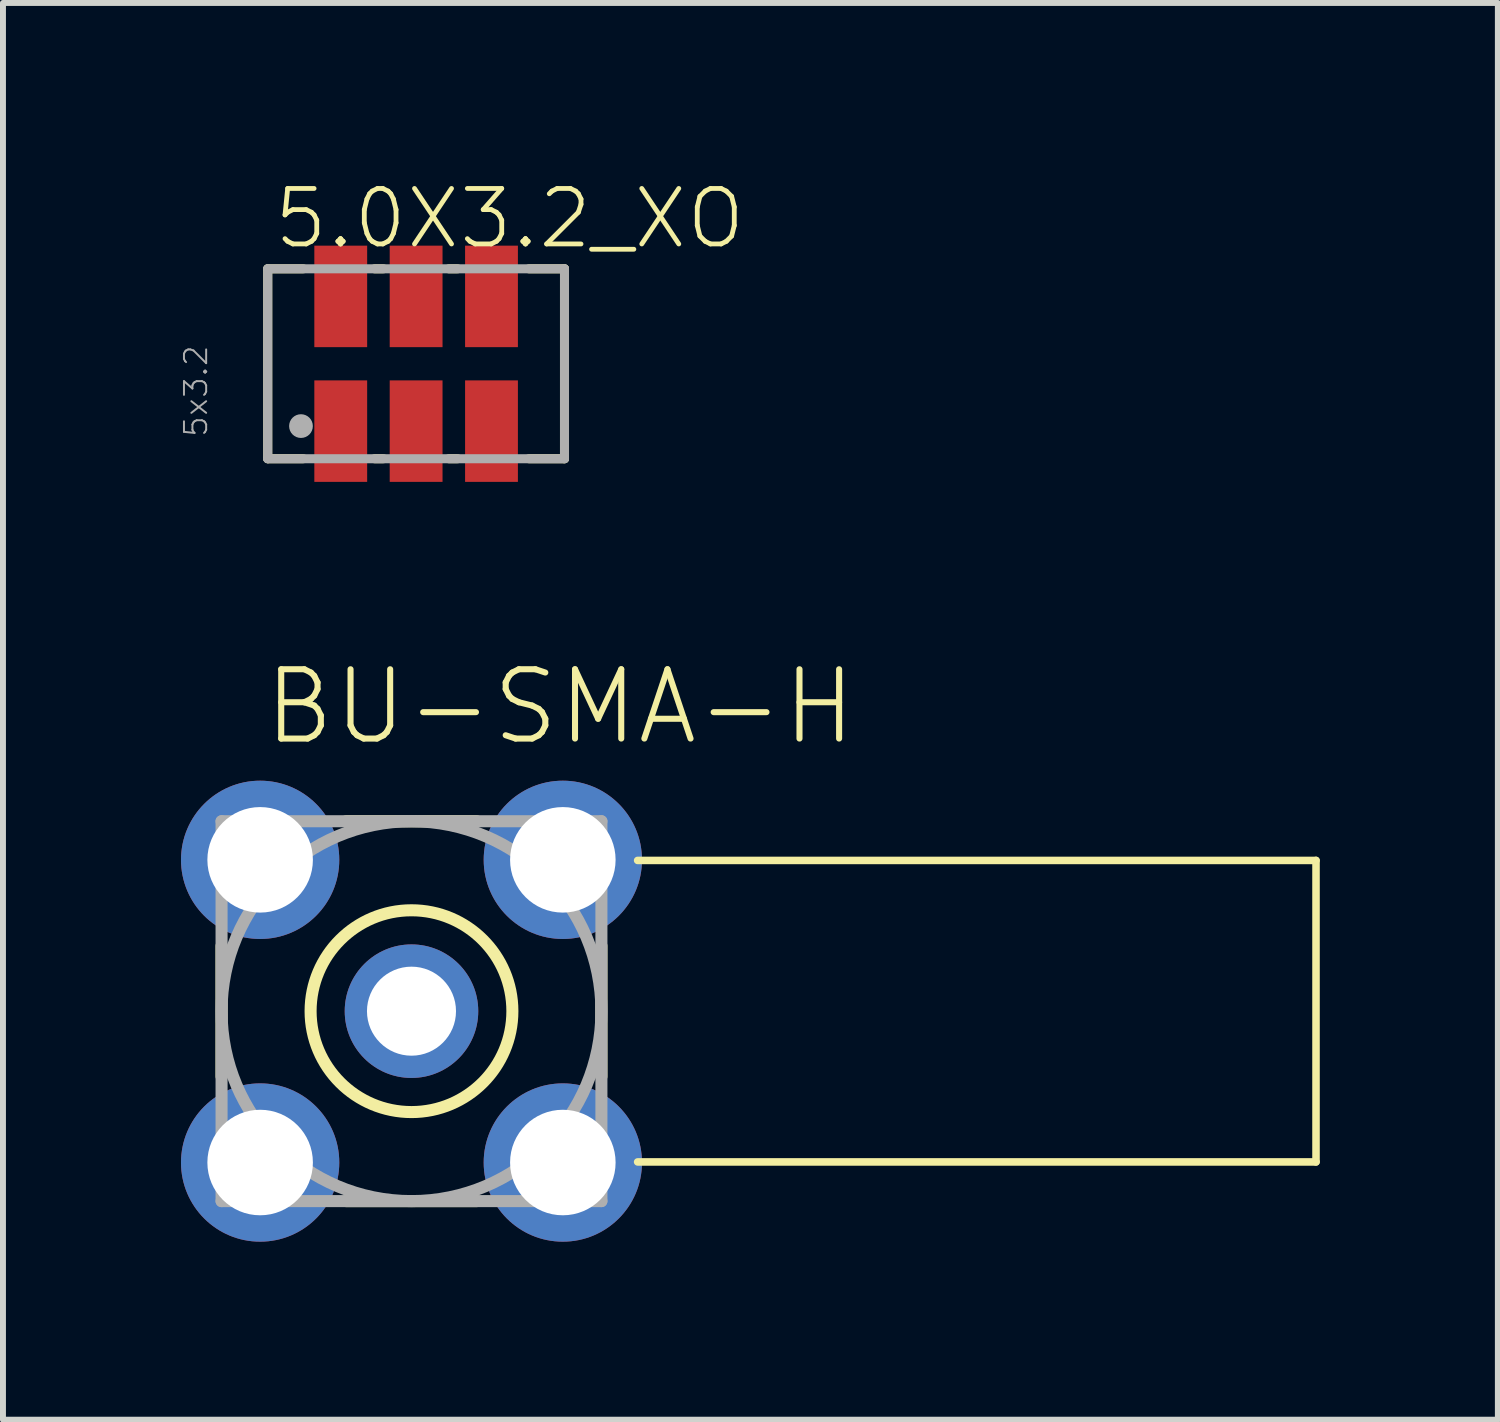
<source format=kicad_pcb>
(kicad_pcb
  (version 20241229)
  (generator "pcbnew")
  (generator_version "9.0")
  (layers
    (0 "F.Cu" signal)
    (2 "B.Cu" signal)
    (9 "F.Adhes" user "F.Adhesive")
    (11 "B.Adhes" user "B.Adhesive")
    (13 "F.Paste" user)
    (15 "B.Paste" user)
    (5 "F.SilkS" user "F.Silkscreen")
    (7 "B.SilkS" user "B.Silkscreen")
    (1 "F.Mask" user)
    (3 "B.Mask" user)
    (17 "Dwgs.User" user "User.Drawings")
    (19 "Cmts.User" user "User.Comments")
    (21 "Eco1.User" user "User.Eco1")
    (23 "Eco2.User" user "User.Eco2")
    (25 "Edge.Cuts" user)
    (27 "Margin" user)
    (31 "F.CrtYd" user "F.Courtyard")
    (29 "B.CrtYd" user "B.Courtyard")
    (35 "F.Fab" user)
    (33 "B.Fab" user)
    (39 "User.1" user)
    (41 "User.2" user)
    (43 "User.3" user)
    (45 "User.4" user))
  (footprint "BU-SMA-H"
    (layer "F.Cu")
    (at 3.883 13.987)
    (property "Reference" "BU-SMA-H" (at -2.54 -4.445 0) (unlocked yes) (layer "F.SilkS") (effects (font (size 1.168 1.168) (thickness 0.102)) (justify left bottom)))
    (fp_line (start -3.2 1.1) (end -3.2 -1.1) (stroke (width 0.203) (type solid)) (layer "F.SilkS"))
    (fp_line (start -1.1 -3.2) (end 1.1 -3.2) (stroke (width 0.203) (type solid)) (layer "F.SilkS"))
    (fp_line (start 1.1 3.2) (end -1.1 3.2) (stroke (width 0.203) (type solid)) (layer "F.SilkS"))
    (fp_line (start 3.2 -1.1) (end 3.2 1.1) (stroke (width 0.203) (type solid)) (layer "F.SilkS"))
    (fp_line (start 3.81 -2.54) (end 15.24 -2.54) (stroke (width 0.127) (type solid)) (layer "F.SilkS"))
    (fp_line (start 15.24 -2.54) (end 15.24 2.54) (stroke (width 0.127) (type solid)) (layer "F.SilkS"))
    (fp_line (start 15.24 2.54) (end 3.81 2.54) (stroke (width 0.127) (type solid)) (layer "F.SilkS"))
    (fp_circle (center 0 0) (end 1.7 0) (stroke (width 0.203) (type solid)) (fill no) (layer "F.SilkS"))
    (fp_line (start -3.2 3.2) (end -3.2 -3.2) (stroke (width 0.203) (type solid)) (layer "F.Fab"))
    (fp_line (start -3.2 -3.2) (end 3.2 -3.2) (stroke (width 0.203) (type solid)) (layer "F.Fab"))
    (fp_line (start 3.2 3.2) (end -3.2 3.2) (stroke (width 0.203) (type solid)) (layer "F.Fab"))
    (fp_line (start 3.2 -3.2) (end 3.2 3.2) (stroke (width 0.203) (type solid)) (layer "F.Fab"))
    (fp_circle (center 0 0) (end 3.2 0) (stroke (width 0.203) (type solid)) (fill no) (layer "F.Fab"))
    (pad "1" thru_hole circle (at 0 0) (size 2.25 2.25) (drill 1.5) (layers "*.Cu" "*.Mask"))
    (pad "2" thru_hole circle (at -2.55 -2.55) (size 2.667 2.667) (drill 1.778) (layers "*.Cu" "*.Mask"))
    (pad "3" thru_hole circle (at 2.55 -2.55) (size 2.667 2.667) (drill 1.778) (layers "*.Cu" "*.Mask"))
    (pad "4" thru_hole circle (at 2.55 2.55) (size 2.667 2.667) (drill 1.778) (layers "*.Cu" "*.Mask"))
    (pad "5" thru_hole circle (at -2.55 2.55) (size 2.667 2.667) (drill 1.778) (layers "*.Cu" "*.Mask")))
  (footprint "5.0X3.2_XO"
    (layer "F.Cu")
    (at 3.961 3.079)
    (property "Reference" "5.0X3.2_XO" (at -2.44 -1.9 0) (unlocked yes) (layer "F.SilkS") (effects (font (size 0.935 0.935) (thickness 0.081)) (justify left bottom)))
    (fp_line (start -2.5 -1.6) (end -2.5 1.6) (stroke (width 0.152) (type solid)) (layer "F.SilkS"))
    (fp_line (start -2.5 1.6) (end -1.9 1.6) (stroke (width 0.152) (type solid)) (layer "F.SilkS"))
    (fp_line (start -1.9 -1.6) (end -2.5 -1.6) (stroke (width 0.152) (type solid)) (layer "F.SilkS"))
    (fp_line (start -0.7 -1.6) (end -0.55 -1.6) (stroke (width 0.152) (type solid)) (layer "F.SilkS"))
    (fp_line (start -0.7 1.6) (end -0.55 1.6) (stroke (width 0.152) (type solid)) (layer "F.SilkS"))
    (fp_line (start 0.55 -1.6) (end 0.7 -1.6) (stroke (width 0.152) (type solid)) (layer "F.SilkS"))
    (fp_line (start 0.55 1.6) (end 0.7 1.6) (stroke (width 0.152) (type solid)) (layer "F.SilkS"))
    (fp_line (start 1.9 -1.6) (end 2.5 -1.6) (stroke (width 0.152) (type solid)) (layer "F.SilkS"))
    (fp_line (start 2.5 -1.6) (end 2.5 1.6) (stroke (width 0.152) (type solid)) (layer "F.SilkS"))
    (fp_line (start 2.5 1.6) (end 1.9 1.6) (stroke (width 0.152) (type solid)) (layer "F.SilkS"))
    (fp_line (start -2.5 -1.6) (end -2.5 1.6) (stroke (width 0.152) (type solid)) (layer "F.Fab"))
    (fp_line (start -2.5 1.6) (end 2.5 1.6) (stroke (width 0.152) (type solid)) (layer "F.Fab"))
    (fp_line (start 2.5 -1.6) (end -2.5 -1.6) (stroke (width 0.152) (type solid)) (layer "F.Fab"))
    (fp_line (start 2.5 1.6) (end 2.5 -1.6) (stroke (width 0.152) (type solid)) (layer "F.Fab"))
    (fp_circle (center -1.94 1.05) (end -1.84 1.05) (stroke (width 0.2) (type solid)) (fill no) (layer "F.Fab"))
    (fp_text user "5x3.2" (at -3.49 1.258 90) (unlocked yes) (layer "F.Fab") (effects (font (size 0.374 0.374) (thickness 0.033)) (justify left bottom)))
    (pad "1" smd rect (at -1.27 1.135) (size 0.89 1.71) (layers "F.Cu" "F.Mask" "F.Paste"))
    (pad "2" smd rect (at 0 1.135) (size 0.89 1.71) (layers "F.Cu" "F.Mask" "F.Paste"))
    (pad "3" smd rect (at 1.27 1.135) (size 0.89 1.71) (layers "F.Cu" "F.Mask" "F.Paste"))
    (pad "4" smd rect (at 1.27 -1.135) (size 0.89 1.71) (layers "F.Cu" "F.Mask" "F.Paste"))
    (pad "5" smd rect (at 0 -1.135) (size 0.89 1.71) (layers "F.Cu" "F.Mask" "F.Paste"))
    (pad "6" smd rect (at -1.27 -1.135) (size 0.89 1.71) (layers "F.Cu" "F.Mask" "F.Paste")))
  (gr_rect
    (start -3 -3)
    (end 22.187 20.87)
    (stroke (width 0.1) (type default))
    (fill no)
    (layer "Edge.Cuts")))
</source>
